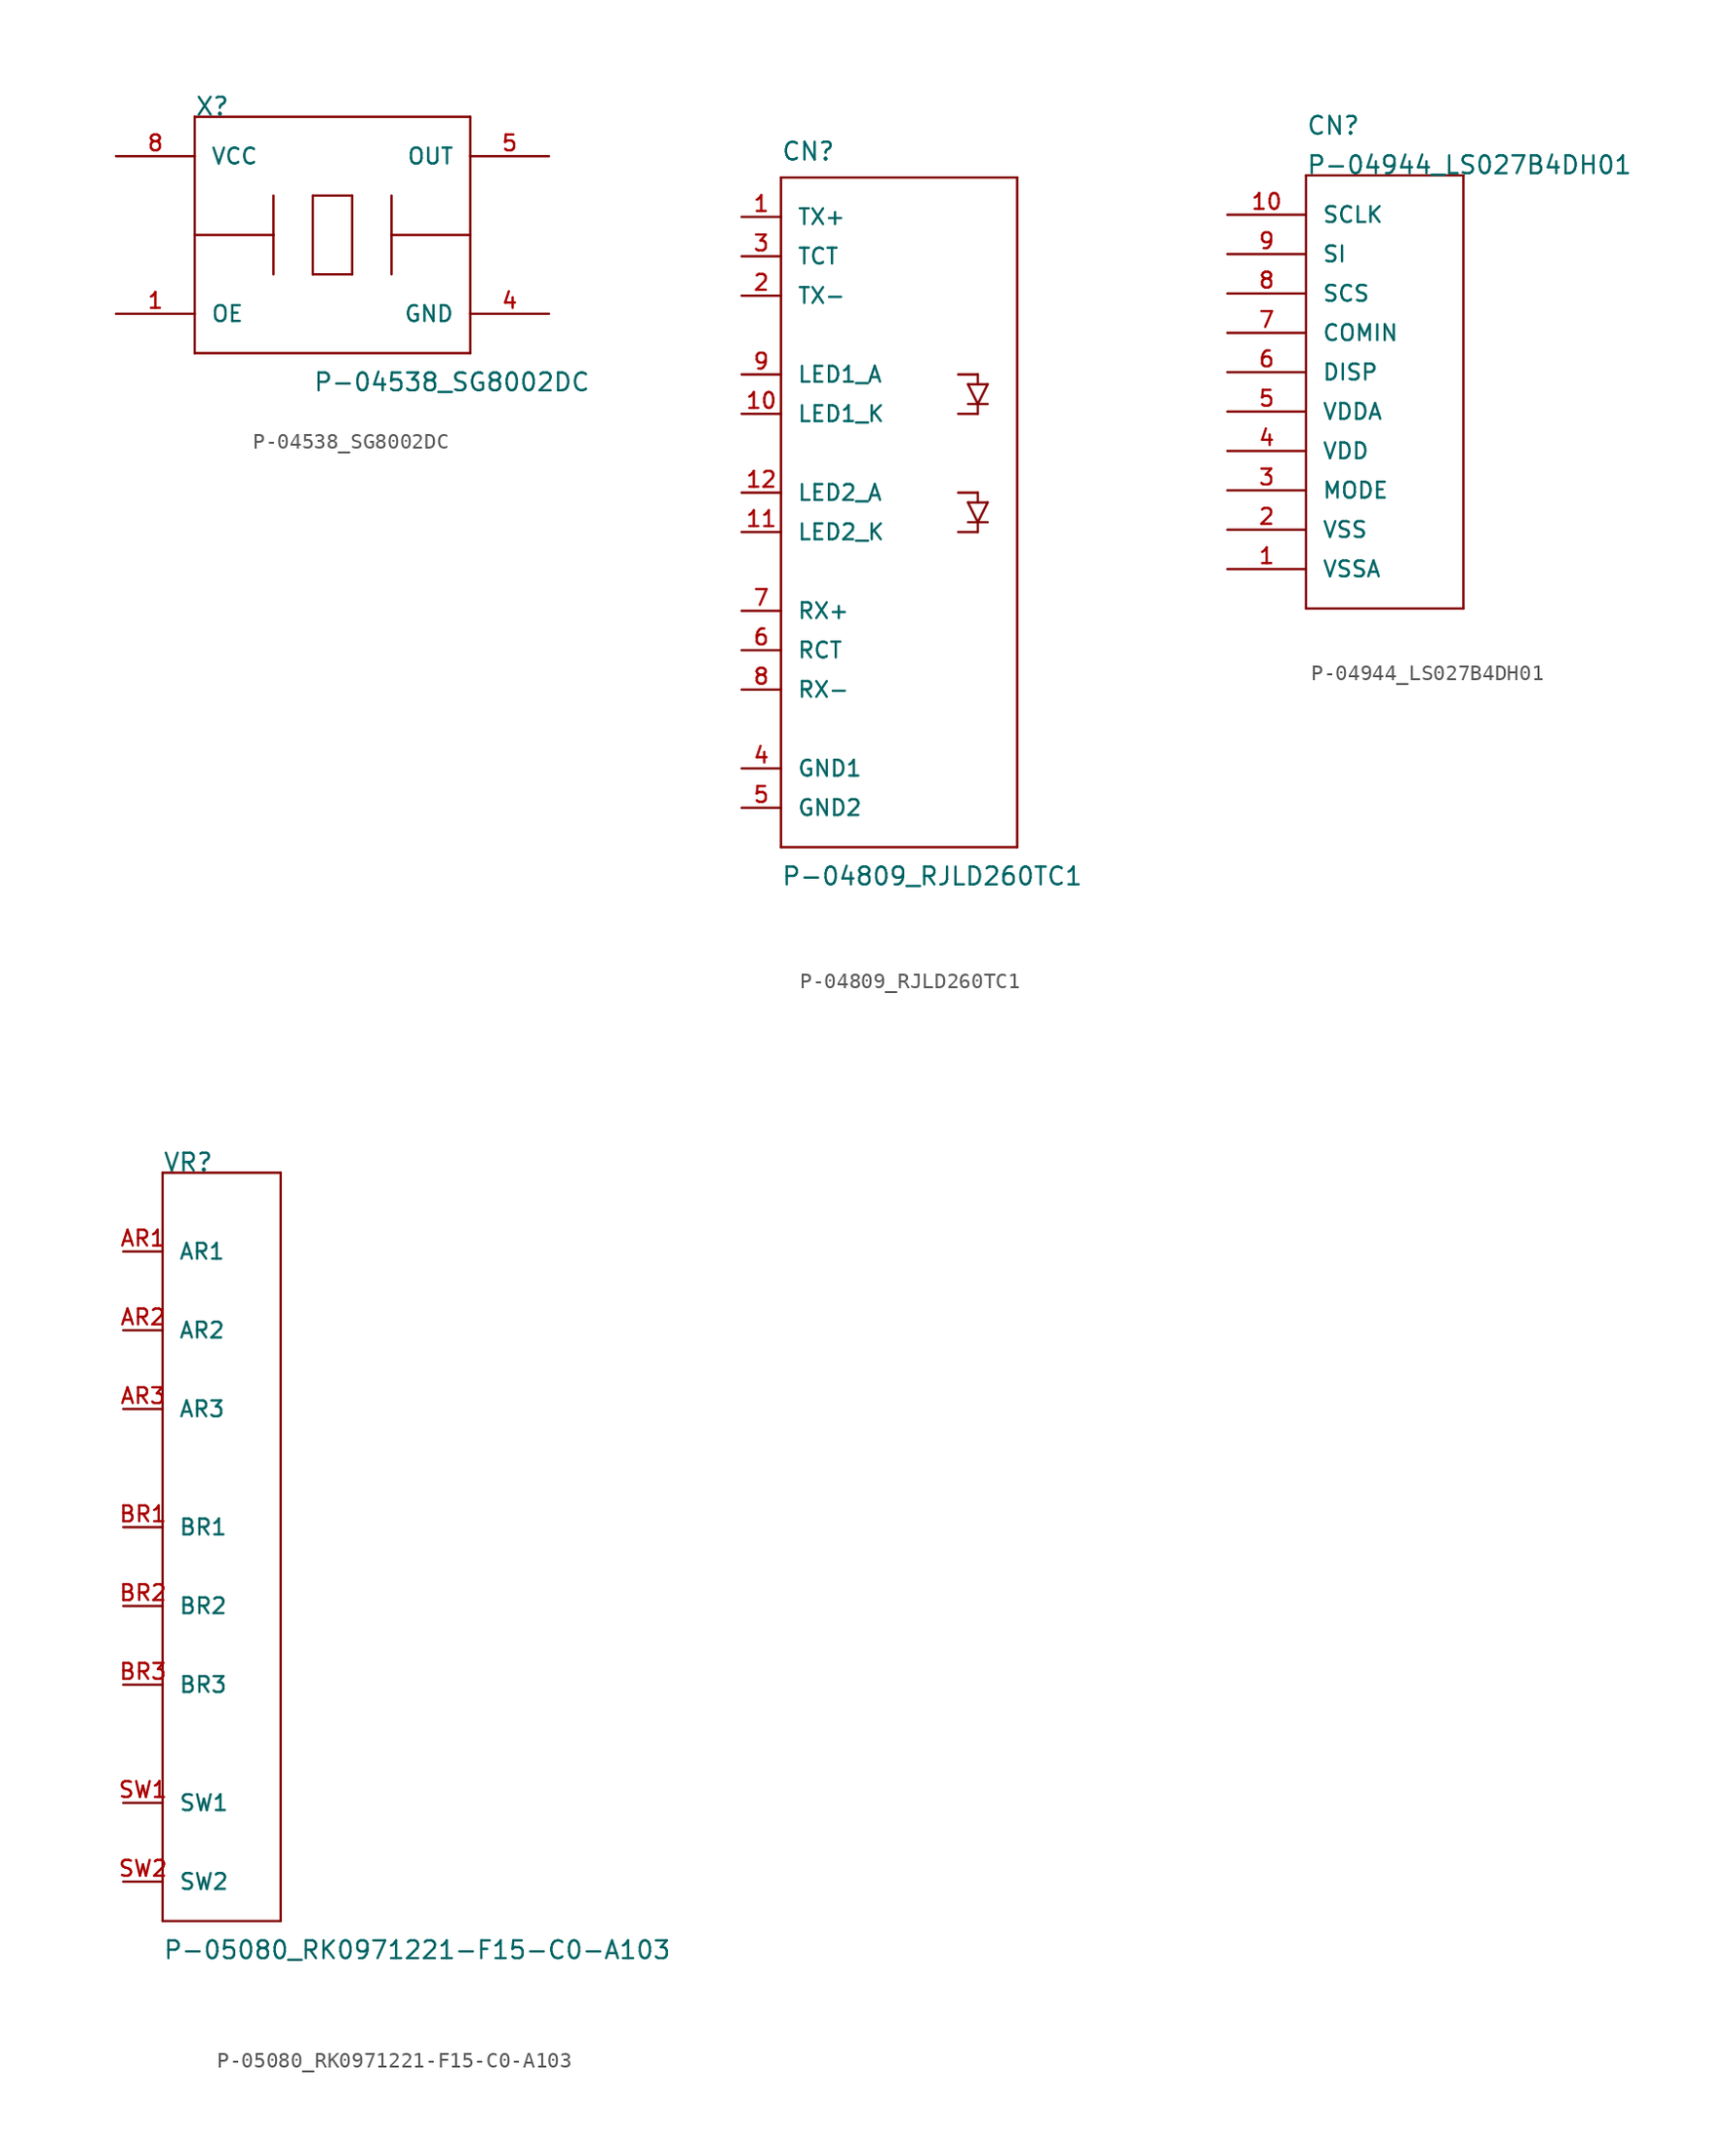
<source format=kicad_sym>
(kicad_symbol_lib
  (version 20211014)
  (generator kicad_symbol_editor)
  (symbol "P-04538_SG8002DC"
    (pin_names
      (offset 1.016))
    (property "Reference" "X"
      (at -2.54 12.7 0)
      (effects (font (size 1.143 1.143)) (justify left bottom)))
    (property "Value" "P-04538_SG8002DC"
      (at 5.08 -5.08 0)
      (effects (font (size 1.143 1.143)) (justify left bottom)))
    (property "ki_locked" ""
      (at 0 0 0)
      (effects (font (size 1.27 1.27))))
    (symbol "P-04538_SG8002DC_1_0"
      (polyline (pts (xy -2.54 -2.54) (xy -2.54 5.08)) (stroke (width 0) (type default) (color 0 0 0 0)) (fill (type none)))
      (polyline (pts (xy -2.54 5.08) (xy -2.54 12.7)) (stroke (width 0) (type default) (color 0 0 0 0)) (fill (type none)))
      (polyline (pts (xy -2.54 12.7) (xy 15.24 12.7)) (stroke (width 0) (type default) (color 0 0 0 0)) (fill (type none)))
      (polyline (pts (xy 2.54 5.08) (xy -2.54 5.08)) (stroke (width 0) (type default) (color 0 0 0 0)) (fill (type none)))
      (polyline (pts (xy 2.54 5.08) (xy 2.54 2.54)) (stroke (width 0) (type default) (color 0 0 0 0)) (fill (type none)))
      (polyline (pts (xy 2.54 7.62) (xy 2.54 5.08)) (stroke (width 0) (type default) (color 0 0 0 0)) (fill (type none)))
      (polyline (pts (xy 5.08 2.54) (xy 7.62 2.54)) (stroke (width 0) (type default) (color 0 0 0 0)) (fill (type none)))
      (polyline (pts (xy 5.08 7.62) (xy 5.08 2.54)) (stroke (width 0) (type default) (color 0 0 0 0)) (fill (type none)))
      (polyline (pts (xy 7.62 2.54) (xy 7.62 7.62)) (stroke (width 0) (type default) (color 0 0 0 0)) (fill (type none)))
      (polyline (pts (xy 7.62 7.62) (xy 5.08 7.62)) (stroke (width 0) (type default) (color 0 0 0 0)) (fill (type none)))
      (polyline (pts (xy 10.16 5.08) (xy 10.16 2.54)) (stroke (width 0) (type default) (color 0 0 0 0)) (fill (type none)))
      (polyline (pts (xy 10.16 5.08) (xy 15.24 5.08)) (stroke (width 0) (type default) (color 0 0 0 0)) (fill (type none)))
      (polyline (pts (xy 10.16 7.62) (xy 10.16 5.08)) (stroke (width 0) (type default) (color 0 0 0 0)) (fill (type none)))
      (polyline (pts (xy 15.24 -2.54) (xy -2.54 -2.54)) (stroke (width 0) (type default) (color 0 0 0 0)) (fill (type none)))
      (polyline (pts (xy 15.24 5.08) (xy 15.24 -2.54)) (stroke (width 0) (type default) (color 0 0 0 0)) (fill (type none)))
      (polyline (pts (xy 15.24 12.7) (xy 15.24 5.08)) (stroke (width 0) (type default) (color 0 0 0 0)) (fill (type none))))
    (symbol "P-04538_SG8002DC_1_1"
      (pin bidirectional line (at -7.62 0 0) (length 5.08) (name "OE" (effects (font (size 1.016 1.016)))) (number "1" (effects (font (size 1.016 1.016)))))
      (pin bidirectional line (at 20.32 0 180) (length 5.08) (name "GND" (effects (font (size 1.016 1.016)))) (number "4" (effects (font (size 1.016 1.016)))))
      (pin bidirectional line (at 20.32 10.16 180) (length 5.08) (name "OUT" (effects (font (size 1.016 1.016)))) (number "5" (effects (font (size 1.016 1.016)))))
      (pin bidirectional line (at -7.62 10.16 0) (length 5.08) (name "VCC" (effects (font (size 1.016 1.016)))) (number "8" (effects (font (size 1.016 1.016)))))))
  (symbol "P-04809_RJLD260TC1"
    (pin_names
      (offset 1.016))
    (property "Reference" "CN"
      (at -7.62 18.796 0)
      (effects (font (size 1.143 1.143)) (justify left bottom)))
    (property "Value" "P-04809_RJLD260TC1"
      (at -7.62 -27.94 0)
      (effects (font (size 1.143 1.143)) (justify left bottom)))
    (property "ki_locked" ""
      (at 0 0 0)
      (effects (font (size 1.27 1.27))))
    (symbol "P-04809_RJLD260TC1_1_0"
      (polyline (pts (xy -7.62 -25.4) (xy -7.62 17.78)) (stroke (width 0) (type default) (color 0 0 0 0)) (fill (type none)))
      (polyline (pts (xy -7.62 17.78) (xy 7.62 17.78)) (stroke (width 0) (type default) (color 0 0 0 0)) (fill (type none)))
      (polyline (pts (xy 3.81 -5.08) (xy 5.08 -5.08)) (stroke (width 0) (type default) (color 0 0 0 0)) (fill (type none)))
      (polyline (pts (xy 3.81 -2.54) (xy 5.08 -2.54)) (stroke (width 0) (type default) (color 0 0 0 0)) (fill (type none)))
      (polyline (pts (xy 3.81 2.54) (xy 5.08 2.54)) (stroke (width 0) (type default) (color 0 0 0 0)) (fill (type none)))
      (polyline (pts (xy 3.81 5.08) (xy 5.08 5.08)) (stroke (width 0) (type default) (color 0 0 0 0)) (fill (type none)))
      (polyline (pts (xy 4.445 -4.445) (xy 5.08 -4.445)) (stroke (width 0) (type default) (color 0 0 0 0)) (fill (type none)))
      (polyline (pts (xy 4.445 -3.175) (xy 5.08 -3.175)) (stroke (width 0) (type default) (color 0 0 0 0)) (fill (type none)))
      (polyline (pts (xy 4.445 3.175) (xy 5.08 3.175)) (stroke (width 0) (type default) (color 0 0 0 0)) (fill (type none)))
      (polyline (pts (xy 4.445 4.445) (xy 5.08 4.445)) (stroke (width 0) (type default) (color 0 0 0 0)) (fill (type none)))
      (polyline (pts (xy 5.08 -4.445) (xy 4.445 -3.175)) (stroke (width 0) (type default) (color 0 0 0 0)) (fill (type none)))
      (polyline (pts (xy 5.08 -4.445) (xy 5.08 -5.08)) (stroke (width 0) (type default) (color 0 0 0 0)) (fill (type none)))
      (polyline (pts (xy 5.08 -4.445) (xy 5.715 -4.445)) (stroke (width 0) (type default) (color 0 0 0 0)) (fill (type none)))
      (polyline (pts (xy 5.08 -3.175) (xy 5.08 -2.54)) (stroke (width 0) (type default) (color 0 0 0 0)) (fill (type none)))
      (polyline (pts (xy 5.08 -3.175) (xy 5.715 -3.175)) (stroke (width 0) (type default) (color 0 0 0 0)) (fill (type none)))
      (polyline (pts (xy 5.08 3.175) (xy 4.445 4.445)) (stroke (width 0) (type default) (color 0 0 0 0)) (fill (type none)))
      (polyline (pts (xy 5.08 3.175) (xy 5.08 2.54)) (stroke (width 0) (type default) (color 0 0 0 0)) (fill (type none)))
      (polyline (pts (xy 5.08 3.175) (xy 5.715 3.175)) (stroke (width 0) (type default) (color 0 0 0 0)) (fill (type none)))
      (polyline (pts (xy 5.08 4.445) (xy 5.08 5.08)) (stroke (width 0) (type default) (color 0 0 0 0)) (fill (type none)))
      (polyline (pts (xy 5.08 4.445) (xy 5.715 4.445)) (stroke (width 0) (type default) (color 0 0 0 0)) (fill (type none)))
      (polyline (pts (xy 5.715 -3.175) (xy 5.08 -4.445)) (stroke (width 0) (type default) (color 0 0 0 0)) (fill (type none)))
      (polyline (pts (xy 5.715 4.445) (xy 5.08 3.175)) (stroke (width 0) (type default) (color 0 0 0 0)) (fill (type none)))
      (polyline (pts (xy 7.62 -25.4) (xy -7.62 -25.4)) (stroke (width 0) (type default) (color 0 0 0 0)) (fill (type none)))
      (polyline (pts (xy 7.62 17.78) (xy 7.62 -25.4)) (stroke (width 0) (type default) (color 0 0 0 0)) (fill (type none))))
    (symbol "P-04809_RJLD260TC1_1_1"
      (pin bidirectional line (at -10.16 15.24 0) (length 2.54) (name "TX+" (effects (font (size 1.016 1.016)))) (number "1" (effects (font (size 1.016 1.016)))))
      (pin bidirectional line (at -10.16 2.54 0) (length 2.54) (name "LED1_K" (effects (font (size 1.016 1.016)))) (number "10" (effects (font (size 1.016 1.016)))))
      (pin bidirectional line (at -10.16 -5.08 0) (length 2.54) (name "LED2_K" (effects (font (size 1.016 1.016)))) (number "11" (effects (font (size 1.016 1.016)))))
      (pin bidirectional line (at -10.16 -2.54 0) (length 2.54) (name "LED2_A" (effects (font (size 1.016 1.016)))) (number "12" (effects (font (size 1.016 1.016)))))
      (pin bidirectional line (at -10.16 10.16 0) (length 2.54) (name "TX-" (effects (font (size 1.016 1.016)))) (number "2" (effects (font (size 1.016 1.016)))))
      (pin bidirectional line (at -10.16 12.7 0) (length 2.54) (name "TCT" (effects (font (size 1.016 1.016)))) (number "3" (effects (font (size 1.016 1.016)))))
      (pin bidirectional line (at -10.16 -20.32 0) (length 2.54) (name "GND1" (effects (font (size 1.016 1.016)))) (number "4" (effects (font (size 1.016 1.016)))))
      (pin bidirectional line (at -10.16 -22.86 0) (length 2.54) (name "GND2" (effects (font (size 1.016 1.016)))) (number "5" (effects (font (size 1.016 1.016)))))
      (pin bidirectional line (at -10.16 -12.7 0) (length 2.54) (name "RCT" (effects (font (size 1.016 1.016)))) (number "6" (effects (font (size 1.016 1.016)))))
      (pin bidirectional line (at -10.16 -10.16 0) (length 2.54) (name "RX+" (effects (font (size 1.016 1.016)))) (number "7" (effects (font (size 1.016 1.016)))))
      (pin bidirectional line (at -10.16 -15.24 0) (length 2.54) (name "RX-" (effects (font (size 1.016 1.016)))) (number "8" (effects (font (size 1.016 1.016)))))
      (pin bidirectional line (at -10.16 5.08 0) (length 2.54) (name "LED1_A" (effects (font (size 1.016 1.016)))) (number "9" (effects (font (size 1.016 1.016)))))))
  (symbol "P-04944_LS027B4DH01"
    (pin_names
      (offset 1.016))
    (property "Reference" "CN"
      (at 0 12.7 0)
      (effects (font (size 1.143 1.143)) (justify left bottom)))
    (property "Value" "P-04944_LS027B4DH01"
      (at 0 10.16 0)
      (effects (font (size 1.143 1.143)) (justify left bottom)))
    (property "ki_locked" ""
      (at 0 0 0)
      (effects (font (size 1.27 1.27))))
    (symbol "P-04944_LS027B4DH01_1_0"
      (polyline (pts (xy 0 -17.78) (xy 0 10.16)) (stroke (width 0) (type default) (color 0 0 0 0)) (fill (type none)))
      (polyline (pts (xy 0 10.16) (xy 10.16 10.16)) (stroke (width 0) (type default) (color 0 0 0 0)) (fill (type none)))
      (polyline (pts (xy 10.16 -17.78) (xy 0 -17.78)) (stroke (width 0) (type default) (color 0 0 0 0)) (fill (type none)))
      (polyline (pts (xy 10.16 10.16) (xy 10.16 -17.78)) (stroke (width 0) (type default) (color 0 0 0 0)) (fill (type none))))
    (symbol "P-04944_LS027B4DH01_1_1"
      (pin bidirectional line (at -5.08 -15.24 0) (length 5.08) (name "VSSA" (effects (font (size 1.016 1.016)))) (number "1" (effects (font (size 1.016 1.016)))))
      (pin bidirectional line (at -5.08 7.62 0) (length 5.08) (name "SCLK" (effects (font (size 1.016 1.016)))) (number "10" (effects (font (size 1.016 1.016)))))
      (pin bidirectional line (at -5.08 -12.7 0) (length 5.08) (name "VSS" (effects (font (size 1.016 1.016)))) (number "2" (effects (font (size 1.016 1.016)))))
      (pin bidirectional line (at -5.08 -10.16 0) (length 5.08) (name "MODE" (effects (font (size 1.016 1.016)))) (number "3" (effects (font (size 1.016 1.016)))))
      (pin bidirectional line (at -5.08 -7.62 0) (length 5.08) (name "VDD" (effects (font (size 1.016 1.016)))) (number "4" (effects (font (size 1.016 1.016)))))
      (pin bidirectional line (at -5.08 -5.08 0) (length 5.08) (name "VDDA" (effects (font (size 1.016 1.016)))) (number "5" (effects (font (size 1.016 1.016)))))
      (pin bidirectional line (at -5.08 -2.54 0) (length 5.08) (name "DISP" (effects (font (size 1.016 1.016)))) (number "6" (effects (font (size 1.016 1.016)))))
      (pin bidirectional line (at -5.08 0 0) (length 5.08) (name "COMIN" (effects (font (size 1.016 1.016)))) (number "7" (effects (font (size 1.016 1.016)))))
      (pin bidirectional line (at -5.08 2.54 0) (length 5.08) (name "SCS" (effects (font (size 1.016 1.016)))) (number "8" (effects (font (size 1.016 1.016)))))
      (pin bidirectional line (at -5.08 5.08 0) (length 5.08) (name "SI" (effects (font (size 1.016 1.016)))) (number "9" (effects (font (size 1.016 1.016)))))))
  (symbol "P-05080_RK0971221-F15-C0-A103"
    (pin_names
      (offset 1.016))
    (property "Reference" "VR"
      (at -20.32 12.7 0)
      (effects (font (size 1.143 1.143)) (justify left bottom)))
    (property "Value" "P-05080_RK0971221-F15-C0-A103"
      (at -20.32 -38.1 0)
      (effects (font (size 1.143 1.143)) (justify left bottom)))
    (property "ki_locked" ""
      (at 0 0 0)
      (effects (font (size 1.27 1.27))))
    (symbol "P-05080_RK0971221-F15-C0-A103_1_0"
      (polyline (pts (xy -20.32 -35.56) (xy -20.32 12.7)) (stroke (width 0) (type default) (color 0 0 0 0)) (fill (type none)))
      (polyline (pts (xy -20.32 12.7) (xy -12.7 12.7)) (stroke (width 0) (type default) (color 0 0 0 0)) (fill (type none)))
      (polyline (pts (xy -12.7 -35.56) (xy -20.32 -35.56)) (stroke (width 0) (type default) (color 0 0 0 0)) (fill (type none)))
      (polyline (pts (xy -12.7 12.7) (xy -12.7 -35.56)) (stroke (width 0) (type default) (color 0 0 0 0)) (fill (type none))))
    (symbol "P-05080_RK0971221-F15-C0-A103_1_1"
      (pin bidirectional line (at -22.86 7.62 0) (length 2.54) (name "AR1" (effects (font (size 1.016 1.016)))) (number "AR1" (effects (font (size 1.016 1.016)))))
      (pin bidirectional line (at -22.86 2.54 0) (length 2.54) (name "AR2" (effects (font (size 1.016 1.016)))) (number "AR2" (effects (font (size 1.016 1.016)))))
      (pin bidirectional line (at -22.86 -2.54 0) (length 2.54) (name "AR3" (effects (font (size 1.016 1.016)))) (number "AR3" (effects (font (size 1.016 1.016)))))
      (pin bidirectional line (at -22.86 -10.16 0) (length 2.54) (name "BR1" (effects (font (size 1.016 1.016)))) (number "BR1" (effects (font (size 1.016 1.016)))))
      (pin bidirectional line (at -22.86 -15.24 0) (length 2.54) (name "BR2" (effects (font (size 1.016 1.016)))) (number "BR2" (effects (font (size 1.016 1.016)))))
      (pin bidirectional line (at -22.86 -20.32 0) (length 2.54) (name "BR3" (effects (font (size 1.016 1.016)))) (number "BR3" (effects (font (size 1.016 1.016)))))
      (pin bidirectional line (at -22.86 -27.94 0) (length 2.54) (name "SW1" (effects (font (size 1.016 1.016)))) (number "SW1" (effects (font (size 1.016 1.016)))))
      (pin bidirectional line (at -22.86 -33.02 0) (length 2.54) (name "SW2" (effects (font (size 1.016 1.016)))) (number "SW2" (effects (font (size 1.016 1.016))))))))
</source>
